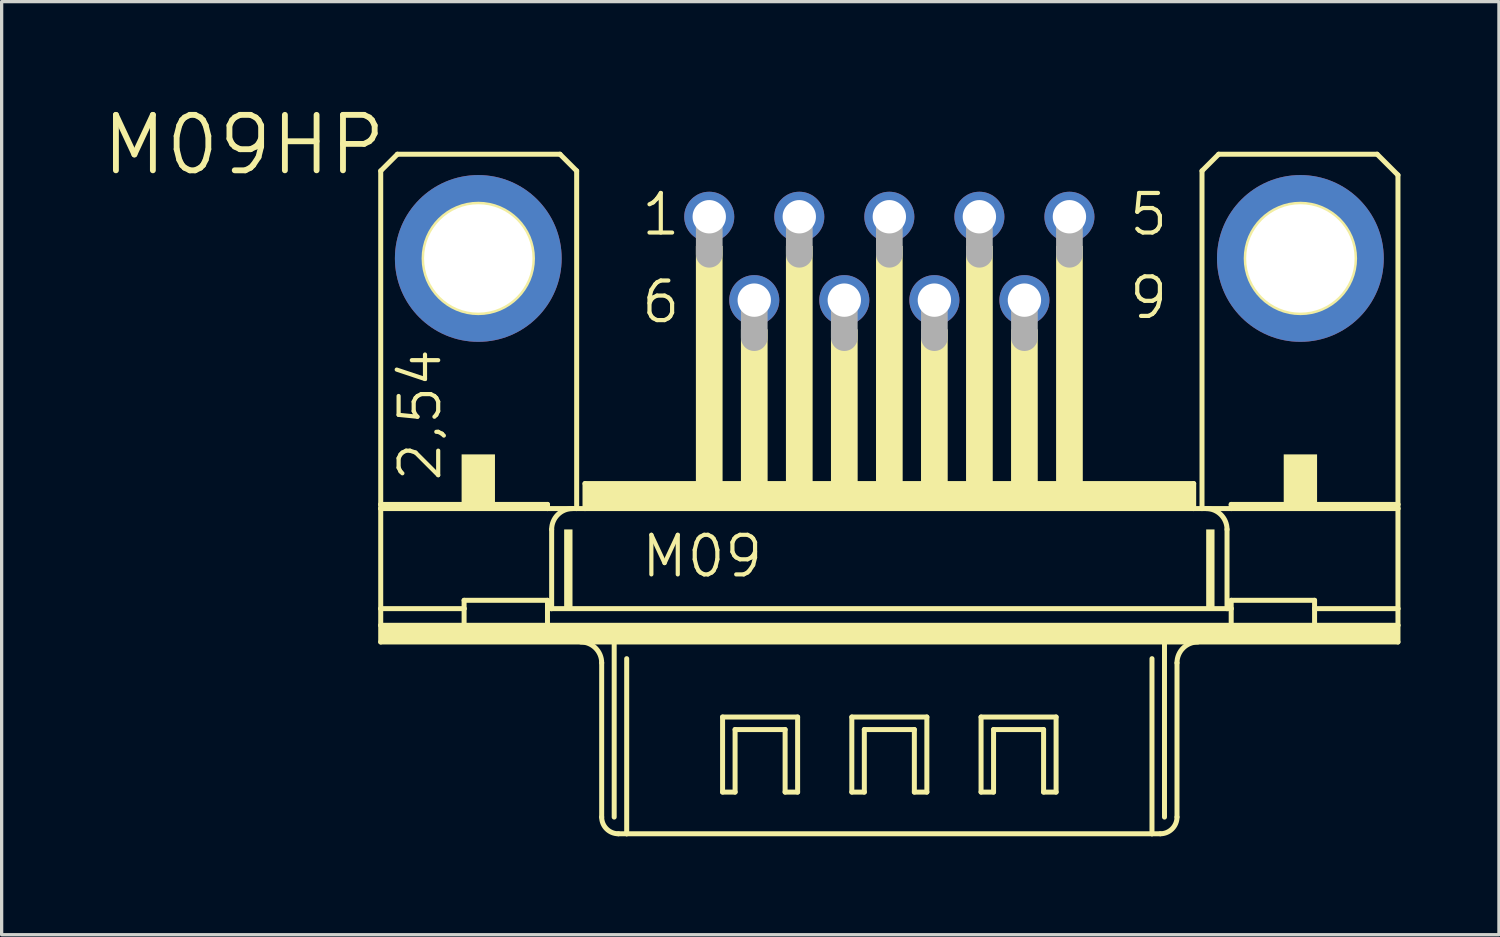
<source format=kicad_pcb>
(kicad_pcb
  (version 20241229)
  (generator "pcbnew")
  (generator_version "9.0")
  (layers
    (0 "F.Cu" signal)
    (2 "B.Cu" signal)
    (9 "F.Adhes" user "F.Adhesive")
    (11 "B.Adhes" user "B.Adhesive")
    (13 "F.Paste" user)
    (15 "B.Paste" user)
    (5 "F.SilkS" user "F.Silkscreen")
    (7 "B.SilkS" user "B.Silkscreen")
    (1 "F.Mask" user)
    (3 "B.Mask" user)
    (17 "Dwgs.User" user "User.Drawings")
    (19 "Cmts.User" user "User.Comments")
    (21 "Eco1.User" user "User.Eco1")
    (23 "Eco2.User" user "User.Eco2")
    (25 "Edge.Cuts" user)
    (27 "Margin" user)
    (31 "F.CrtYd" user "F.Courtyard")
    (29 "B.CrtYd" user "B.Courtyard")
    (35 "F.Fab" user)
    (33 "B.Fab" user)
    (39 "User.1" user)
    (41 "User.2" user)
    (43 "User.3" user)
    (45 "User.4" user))
  (footprint "M09HP"
    (layer "F.Cu")
    (at 24.042 4.823)
    (property "Reference" "M09HP" (at -15.24 -4.445 0) (layer "F.SilkS") (effects (font (size 1.689 1.689) (thickness 0.178)) (justify right top)))
    (attr through_hole)
    (fp_line (start -15.494 -2.667) (end -15.494 7.493) (stroke (width 0.152) (type solid)) (layer "F.SilkS"))
    (fp_line (start -15.494 7.62) (end -15.494 7.493) (stroke (width 0.152) (type solid)) (layer "F.SilkS"))
    (fp_line (start -15.494 10.668) (end -15.494 7.62) (stroke (width 0.152) (type solid)) (layer "F.SilkS"))
    (fp_line (start -15.494 11.176) (end -15.494 10.668) (stroke (width 0.152) (type solid)) (layer "F.SilkS"))
    (fp_line (start -15.494 11.684) (end -15.494 11.176) (stroke (width 0.152) (type solid)) (layer "F.SilkS"))
    (fp_line (start -14.986 -3.175) (end -15.494 -2.667) (stroke (width 0.152) (type solid)) (layer "F.SilkS"))
    (fp_line (start -12.954 10.668) (end -15.494 10.668) (stroke (width 0.152) (type solid)) (layer "F.SilkS"))
    (fp_line (start -12.954 10.668) (end -12.954 10.414) (stroke (width 0.152) (type solid)) (layer "F.SilkS"))
    (fp_line (start -12.954 10.668) (end -12.954 11.176) (stroke (width 0.152) (type solid)) (layer "F.SilkS"))
    (fp_line (start -12.954 11.176) (end -15.494 11.176) (stroke (width 0.152) (type solid)) (layer "F.SilkS"))
    (fp_line (start -10.414 7.493) (end -15.494 7.493) (stroke (width 0.152) (type solid)) (layer "F.SilkS"))
    (fp_line (start -10.414 7.493) (end -10.414 7.62) (stroke (width 0.152) (type solid)) (layer "F.SilkS"))
    (fp_line (start -10.414 7.62) (end -15.494 7.62) (stroke (width 0.152) (type solid)) (layer "F.SilkS"))
    (fp_line (start -10.414 10.414) (end -12.954 10.414) (stroke (width 0.152) (type solid)) (layer "F.SilkS"))
    (fp_line (start -10.414 10.414) (end -10.414 10.668) (stroke (width 0.152) (type solid)) (layer "F.SilkS"))
    (fp_line (start -10.414 10.668) (end -10.414 11.176) (stroke (width 0.152) (type solid)) (layer "F.SilkS"))
    (fp_line (start -10.414 11.176) (end -12.954 11.176) (stroke (width 0.152) (type solid)) (layer "F.SilkS"))
    (fp_line (start -10.287 8.255) (end -10.287 10.668) (stroke (width 0.152) (type solid)) (layer "F.SilkS"))
    (fp_line (start -10.287 10.668) (end -10.414 10.668) (stroke (width 0.152) (type solid)) (layer "F.SilkS"))
    (fp_line (start -10.033 -3.175) (end -14.986 -3.175) (stroke (width 0.152) (type solid)) (layer "F.SilkS"))
    (fp_line (start -9.525 -2.667) (end -10.033 -3.175) (stroke (width 0.152) (type solid)) (layer "F.SilkS"))
    (fp_line (start -9.525 -2.667) (end -9.525 7.62) (stroke (width 0.152) (type solid)) (layer "F.SilkS"))
    (fp_line (start -9.525 7.62) (end -10.414 7.62) (stroke (width 0.152) (type solid)) (layer "F.SilkS"))
    (fp_line (start -9.271 7.62) (end -9.525 7.62) (stroke (width 0.152) (type solid)) (layer "F.SilkS"))
    (fp_line (start -9.271 7.62) (end -9.271 6.858) (stroke (width 0.152) (type solid)) (layer "F.SilkS"))
    (fp_line (start -8.763 12.319) (end -8.763 17.018) (stroke (width 0.152) (type solid)) (layer "F.SilkS"))
    (fp_line (start -8.382 11.684) (end -15.494 11.684) (stroke (width 0.152) (type solid)) (layer "F.SilkS"))
    (fp_line (start -8.382 11.684) (end -8.382 17.018) (stroke (width 0.152) (type solid)) (layer "F.SilkS"))
    (fp_line (start -8.001 12.192) (end -8.001 17.526) (stroke (width 0.152) (type solid)) (layer "F.SilkS"))
    (fp_line (start -8.001 17.526) (end -8.255 17.526) (stroke (width 0.152) (type solid)) (layer "F.SilkS"))
    (fp_line (start -5.08 13.97) (end -2.794 13.97) (stroke (width 0.152) (type solid)) (layer "F.SilkS"))
    (fp_line (start -5.08 16.256) (end -5.08 13.97) (stroke (width 0.152) (type solid)) (layer "F.SilkS"))
    (fp_line (start -4.699 14.351) (end -4.699 16.256) (stroke (width 0.152) (type solid)) (layer "F.SilkS"))
    (fp_line (start -4.699 16.256) (end -5.08 16.256) (stroke (width 0.152) (type solid)) (layer "F.SilkS"))
    (fp_line (start -3.175 14.351) (end -4.699 14.351) (stroke (width 0.152) (type solid)) (layer "F.SilkS"))
    (fp_line (start -3.175 16.256) (end -3.175 14.351) (stroke (width 0.152) (type solid)) (layer "F.SilkS"))
    (fp_line (start -2.794 13.97) (end -2.794 16.256) (stroke (width 0.152) (type solid)) (layer "F.SilkS"))
    (fp_line (start -2.794 16.256) (end -3.175 16.256) (stroke (width 0.152) (type solid)) (layer "F.SilkS"))
    (fp_line (start -1.143 13.97) (end 1.143 13.97) (stroke (width 0.152) (type solid)) (layer "F.SilkS"))
    (fp_line (start -1.143 16.256) (end -1.143 13.97) (stroke (width 0.152) (type solid)) (layer "F.SilkS"))
    (fp_line (start -0.762 14.351) (end -0.762 16.256) (stroke (width 0.152) (type solid)) (layer "F.SilkS"))
    (fp_line (start -0.762 16.256) (end -1.143 16.256) (stroke (width 0.152) (type solid)) (layer "F.SilkS"))
    (fp_line (start 0.762 14.351) (end -0.762 14.351) (stroke (width 0.152) (type solid)) (layer "F.SilkS"))
    (fp_line (start 0.762 16.256) (end 0.762 14.351) (stroke (width 0.152) (type solid)) (layer "F.SilkS"))
    (fp_line (start 1.143 13.97) (end 1.143 16.256) (stroke (width 0.152) (type solid)) (layer "F.SilkS"))
    (fp_line (start 1.143 16.256) (end 0.762 16.256) (stroke (width 0.152) (type solid)) (layer "F.SilkS"))
    (fp_line (start 2.794 13.97) (end 5.08 13.97) (stroke (width 0.152) (type solid)) (layer "F.SilkS"))
    (fp_line (start 2.794 16.256) (end 2.794 13.97) (stroke (width 0.152) (type solid)) (layer "F.SilkS"))
    (fp_line (start 3.175 14.351) (end 3.175 16.256) (stroke (width 0.152) (type solid)) (layer "F.SilkS"))
    (fp_line (start 3.175 16.256) (end 2.794 16.256) (stroke (width 0.152) (type solid)) (layer "F.SilkS"))
    (fp_line (start 4.699 14.351) (end 3.175 14.351) (stroke (width 0.152) (type solid)) (layer "F.SilkS"))
    (fp_line (start 4.699 16.256) (end 4.699 14.351) (stroke (width 0.152) (type solid)) (layer "F.SilkS"))
    (fp_line (start 5.08 13.97) (end 5.08 16.256) (stroke (width 0.152) (type solid)) (layer "F.SilkS"))
    (fp_line (start 5.08 16.256) (end 4.699 16.256) (stroke (width 0.152) (type solid)) (layer "F.SilkS"))
    (fp_line (start 8.001 12.192) (end 8.001 17.526) (stroke (width 0.152) (type solid)) (layer "F.SilkS"))
    (fp_line (start 8.001 17.526) (end -8.001 17.526) (stroke (width 0.152) (type solid)) (layer "F.SilkS"))
    (fp_line (start 8.255 17.526) (end 8.001 17.526) (stroke (width 0.152) (type solid)) (layer "F.SilkS"))
    (fp_line (start 8.382 11.684) (end -8.382 11.684) (stroke (width 0.152) (type solid)) (layer "F.SilkS"))
    (fp_line (start 8.382 11.684) (end 8.382 17.018) (stroke (width 0.152) (type solid)) (layer "F.SilkS"))
    (fp_line (start 8.763 12.319) (end 8.763 17.018) (stroke (width 0.152) (type solid)) (layer "F.SilkS"))
    (fp_line (start 9.271 6.858) (end -9.271 6.858) (stroke (width 0.152) (type solid)) (layer "F.SilkS"))
    (fp_line (start 9.271 7.62) (end -9.271 7.62) (stroke (width 0.152) (type solid)) (layer "F.SilkS"))
    (fp_line (start 9.271 7.62) (end 9.271 6.858) (stroke (width 0.152) (type solid)) (layer "F.SilkS"))
    (fp_line (start 9.525 -2.667) (end 9.525 7.62) (stroke (width 0.152) (type solid)) (layer "F.SilkS"))
    (fp_line (start 9.525 7.62) (end 9.271 7.62) (stroke (width 0.152) (type solid)) (layer "F.SilkS"))
    (fp_line (start 10.033 -3.175) (end 9.525 -2.667) (stroke (width 0.152) (type solid)) (layer "F.SilkS"))
    (fp_line (start 10.033 -3.175) (end 14.859 -3.175) (stroke (width 0.152) (type solid)) (layer "F.SilkS"))
    (fp_line (start 10.287 8.255) (end 10.287 10.668) (stroke (width 0.152) (type solid)) (layer "F.SilkS"))
    (fp_line (start 10.287 10.668) (end -10.287 10.668) (stroke (width 0.152) (type solid)) (layer "F.SilkS"))
    (fp_line (start 10.414 7.493) (end 10.414 7.62) (stroke (width 0.152) (type solid)) (layer "F.SilkS"))
    (fp_line (start 10.414 7.62) (end 9.525 7.62) (stroke (width 0.152) (type solid)) (layer "F.SilkS"))
    (fp_line (start 10.414 10.414) (end 10.414 10.668) (stroke (width 0.152) (type solid)) (layer "F.SilkS"))
    (fp_line (start 10.414 10.668) (end 10.287 10.668) (stroke (width 0.152) (type solid)) (layer "F.SilkS"))
    (fp_line (start 10.414 10.668) (end 10.414 11.176) (stroke (width 0.152) (type solid)) (layer "F.SilkS"))
    (fp_line (start 10.414 11.176) (end -10.414 11.176) (stroke (width 0.152) (type solid)) (layer "F.SilkS"))
    (fp_line (start 12.954 10.414) (end 10.414 10.414) (stroke (width 0.152) (type solid)) (layer "F.SilkS"))
    (fp_line (start 12.954 10.668) (end 12.954 10.414) (stroke (width 0.152) (type solid)) (layer "F.SilkS"))
    (fp_line (start 12.954 10.668) (end 12.954 11.176) (stroke (width 0.152) (type solid)) (layer "F.SilkS"))
    (fp_line (start 12.954 11.176) (end 10.414 11.176) (stroke (width 0.152) (type solid)) (layer "F.SilkS"))
    (fp_line (start 14.859 -3.175) (end 15.494 -2.54) (stroke (width 0.152) (type solid)) (layer "F.SilkS"))
    (fp_line (start 15.494 -2.54) (end 15.494 7.493) (stroke (width 0.152) (type solid)) (layer "F.SilkS"))
    (fp_line (start 15.494 7.493) (end 10.414 7.493) (stroke (width 0.152) (type solid)) (layer "F.SilkS"))
    (fp_line (start 15.494 7.62) (end 10.414 7.62) (stroke (width 0.152) (type solid)) (layer "F.SilkS"))
    (fp_line (start 15.494 7.62) (end 15.494 7.493) (stroke (width 0.152) (type solid)) (layer "F.SilkS"))
    (fp_line (start 15.494 7.62) (end 15.494 10.668) (stroke (width 0.152) (type solid)) (layer "F.SilkS"))
    (fp_line (start 15.494 10.668) (end 12.954 10.668) (stroke (width 0.152) (type solid)) (layer "F.SilkS"))
    (fp_line (start 15.494 10.668) (end 15.494 11.176) (stroke (width 0.152) (type solid)) (layer "F.SilkS"))
    (fp_line (start 15.494 11.176) (end 12.954 11.176) (stroke (width 0.152) (type solid)) (layer "F.SilkS"))
    (fp_line (start 15.494 11.176) (end 15.494 11.684) (stroke (width 0.152) (type solid)) (layer "F.SilkS"))
    (fp_line (start 15.494 11.684) (end 8.382 11.684) (stroke (width 0.152) (type solid)) (layer "F.SilkS"))
    (fp_arc (start -10.287 8.255) (mid -10.101013 7.805987) (end -9.652 7.62) (stroke (width 0.1524) (type solid)) (layer "F.SilkS"))
    (fp_arc (start -9.398 11.684) (mid -8.948987 11.869987) (end -8.763 12.319) (stroke (width 0.1524) (type solid)) (layer "F.SilkS"))
    (fp_arc (start -8.255 17.526) (mid -8.61421 17.37721) (end -8.763 17.018) (stroke (width 0.1524) (type solid)) (layer "F.SilkS"))
    (fp_arc (start 8.763 12.319) (mid 8.948987 11.869987) (end 9.398 11.684) (stroke (width 0.1524) (type solid)) (layer "F.SilkS"))
    (fp_arc (start 8.763 17.018) (mid 8.61421 17.37721) (end 8.255 17.526) (stroke (width 0.1524) (type solid)) (layer "F.SilkS"))
    (fp_arc (start 9.652 7.62) (mid 10.101013 7.805987) (end 10.287 8.255) (stroke (width 0.1524) (type solid)) (layer "F.SilkS"))
    (fp_circle (center -12.522 0) (end -10.871 0) (stroke (width 0.152) (type solid)) (fill no) (layer "F.SilkS"))
    (fp_circle (center 12.522 0) (end 14.173 0) (stroke (width 0.152) (type solid)) (fill no) (layer "F.SilkS"))
    (fp_poly (pts (xy -15.494 11.684) (xy 15.494 11.684) (xy 15.494 11.176) (xy -15.494 11.176)) (stroke (width 0) (type solid)) (fill yes) (layer "F.SilkS"))
    (fp_poly (pts (xy -13.03 7.62) (xy -12.014 7.62) (xy -12.014 5.969) (xy -13.03 5.969)) (stroke (width 0) (type solid)) (fill yes) (layer "F.SilkS"))
    (fp_poly (pts (xy -9.906 10.668) (xy -9.652 10.668) (xy -9.652 8.255) (xy -9.906 8.255)) (stroke (width 0) (type solid)) (fill yes) (layer "F.SilkS"))
    (fp_poly (pts (xy -9.271 7.62) (xy 9.271 7.62) (xy 9.271 6.858) (xy -9.271 6.858)) (stroke (width 0) (type solid)) (fill yes) (layer "F.SilkS"))
    (fp_poly (pts (xy -5.893 6.858) (xy -5.08 6.858) (xy -5.08 -0.381) (xy -5.893 -0.381)) (stroke (width 0) (type solid)) (fill yes) (layer "F.SilkS"))
    (fp_poly (pts (xy -4.521 6.858) (xy -3.708 6.858) (xy -3.708 2.159) (xy -4.521 2.159)) (stroke (width 0) (type solid)) (fill yes) (layer "F.SilkS"))
    (fp_poly (pts (xy -3.15 6.858) (xy -2.337 6.858) (xy -2.337 -0.381) (xy -3.15 -0.381)) (stroke (width 0) (type solid)) (fill yes) (layer "F.SilkS"))
    (fp_poly (pts (xy -1.778 6.858) (xy -0.965 6.858) (xy -0.965 2.159) (xy -1.778 2.159)) (stroke (width 0) (type solid)) (fill yes) (layer "F.SilkS"))
    (fp_poly (pts (xy -0.406 6.858) (xy 0.406 6.858) (xy 0.406 -0.381) (xy -0.406 -0.381)) (stroke (width 0) (type solid)) (fill yes) (layer "F.SilkS"))
    (fp_poly (pts (xy 0.965 6.858) (xy 1.778 6.858) (xy 1.778 2.159) (xy 0.965 2.159)) (stroke (width 0) (type solid)) (fill yes) (layer "F.SilkS"))
    (fp_poly (pts (xy 2.337 6.858) (xy 3.15 6.858) (xy 3.15 -0.381) (xy 2.337 -0.381)) (stroke (width 0) (type solid)) (fill yes) (layer "F.SilkS"))
    (fp_poly (pts (xy 3.708 6.858) (xy 4.521 6.858) (xy 4.521 2.159) (xy 3.708 2.159)) (stroke (width 0) (type solid)) (fill yes) (layer "F.SilkS"))
    (fp_poly (pts (xy 5.08 6.858) (xy 5.893 6.858) (xy 5.893 -0.381) (xy 5.08 -0.381)) (stroke (width 0) (type solid)) (fill yes) (layer "F.SilkS"))
    (fp_poly (pts (xy 9.652 10.668) (xy 9.906 10.668) (xy 9.906 8.255) (xy 9.652 8.255)) (stroke (width 0) (type solid)) (fill yes) (layer "F.SilkS"))
    (fp_poly (pts (xy 12.014 7.62) (xy 13.03 7.62) (xy 13.03 5.969) (xy 12.014 5.969)) (stroke (width 0) (type solid)) (fill yes) (layer "F.SilkS"))
    (fp_line (start -5.486 -1.143) (end -5.486 -0.127) (stroke (width 0.813) (type solid)) (layer "F.Fab"))
    (fp_line (start -4.115 1.397) (end -4.115 2.413) (stroke (width 0.813) (type solid)) (layer "F.Fab"))
    (fp_line (start -2.743 -1.143) (end -2.743 -0.127) (stroke (width 0.813) (type solid)) (layer "F.Fab"))
    (fp_line (start -1.372 1.397) (end -1.372 2.413) (stroke (width 0.813) (type solid)) (layer "F.Fab"))
    (fp_line (start 0 -1.143) (end 0 -0.127) (stroke (width 0.813) (type solid)) (layer "F.Fab"))
    (fp_line (start 1.372 1.397) (end 1.372 2.413) (stroke (width 0.813) (type solid)) (layer "F.Fab"))
    (fp_line (start 2.743 -1.143) (end 2.743 -0.127) (stroke (width 0.813) (type solid)) (layer "F.Fab"))
    (fp_line (start 4.115 1.397) (end 4.115 2.413) (stroke (width 0.813) (type solid)) (layer "F.Fab"))
    (fp_line (start 5.486 -1.143) (end 5.486 -0.127) (stroke (width 0.813) (type solid)) (layer "F.Fab"))
    (fp_text user "6" (at -7.62 2.032 0) (layer "F.SilkS") (effects (font (size 1.206 1.206) (thickness 0.127)) (justify left bottom)))
    (fp_text user "9" (at 7.239 1.905 0) (layer "F.SilkS") (effects (font (size 1.206 1.206) (thickness 0.127)) (justify left bottom)))
    (fp_text user "2,54" (at -13.589 6.858 90) (layer "F.SilkS") (effects (font (size 1.206 1.206) (thickness 0.127)) (justify left bottom)))
    (fp_text user "M09" (at -7.62 9.779 0) (layer "F.SilkS") (effects (font (size 1.206 1.206) (thickness 0.127)) (justify left bottom)))
    (fp_text user "5" (at 7.239 -0.635 0) (layer "F.SilkS") (effects (font (size 1.206 1.206) (thickness 0.127)) (justify left bottom)))
    (fp_text user "1" (at -7.62 -0.635 0) (layer "F.SilkS") (effects (font (size 1.206 1.206) (thickness 0.127)) (justify left bottom)))
    (pad "1" thru_hole circle (at -5.486 -1.27) (size 1.524 1.524) (drill 1.016) (layers "*.Cu" "*.Mask"))
    (pad "2" thru_hole circle (at -2.743 -1.27) (size 1.524 1.524) (drill 1.016) (layers "*.Cu" "*.Mask"))
    (pad "3" thru_hole circle (at 0 -1.27) (size 1.524 1.524) (drill 1.016) (layers "*.Cu" "*.Mask"))
    (pad "4" thru_hole circle (at 2.743 -1.27) (size 1.524 1.524) (drill 1.016) (layers "*.Cu" "*.Mask"))
    (pad "5" thru_hole circle (at 5.486 -1.27) (size 1.524 1.524) (drill 1.016) (layers "*.Cu" "*.Mask"))
    (pad "6" thru_hole circle (at -4.115 1.27) (size 1.524 1.524) (drill 1.016) (layers "*.Cu" "*.Mask"))
    (pad "7" thru_hole circle (at -1.372 1.27) (size 1.524 1.524) (drill 1.016) (layers "*.Cu" "*.Mask"))
    (pad "8" thru_hole circle (at 1.372 1.27) (size 1.524 1.524) (drill 1.016) (layers "*.Cu" "*.Mask"))
    (pad "9" thru_hole circle (at 4.115 1.27) (size 1.524 1.524) (drill 1.016) (layers "*.Cu" "*.Mask"))
    (pad "G1" thru_hole circle (at -12.522 0) (size 5.08 5.08) (drill 3.302) (layers "*.Cu" "*.Mask"))
    (pad "G2" thru_hole circle (at 12.522 0) (size 5.08 5.08) (drill 3.302) (layers "*.Cu" "*.Mask")))
  (gr_rect
    (start -3 -3)
    (end 42.612 25.425)
    (stroke (width 0.1) (type default))
    (fill no)
    (layer "Edge.Cuts")))
</source>
